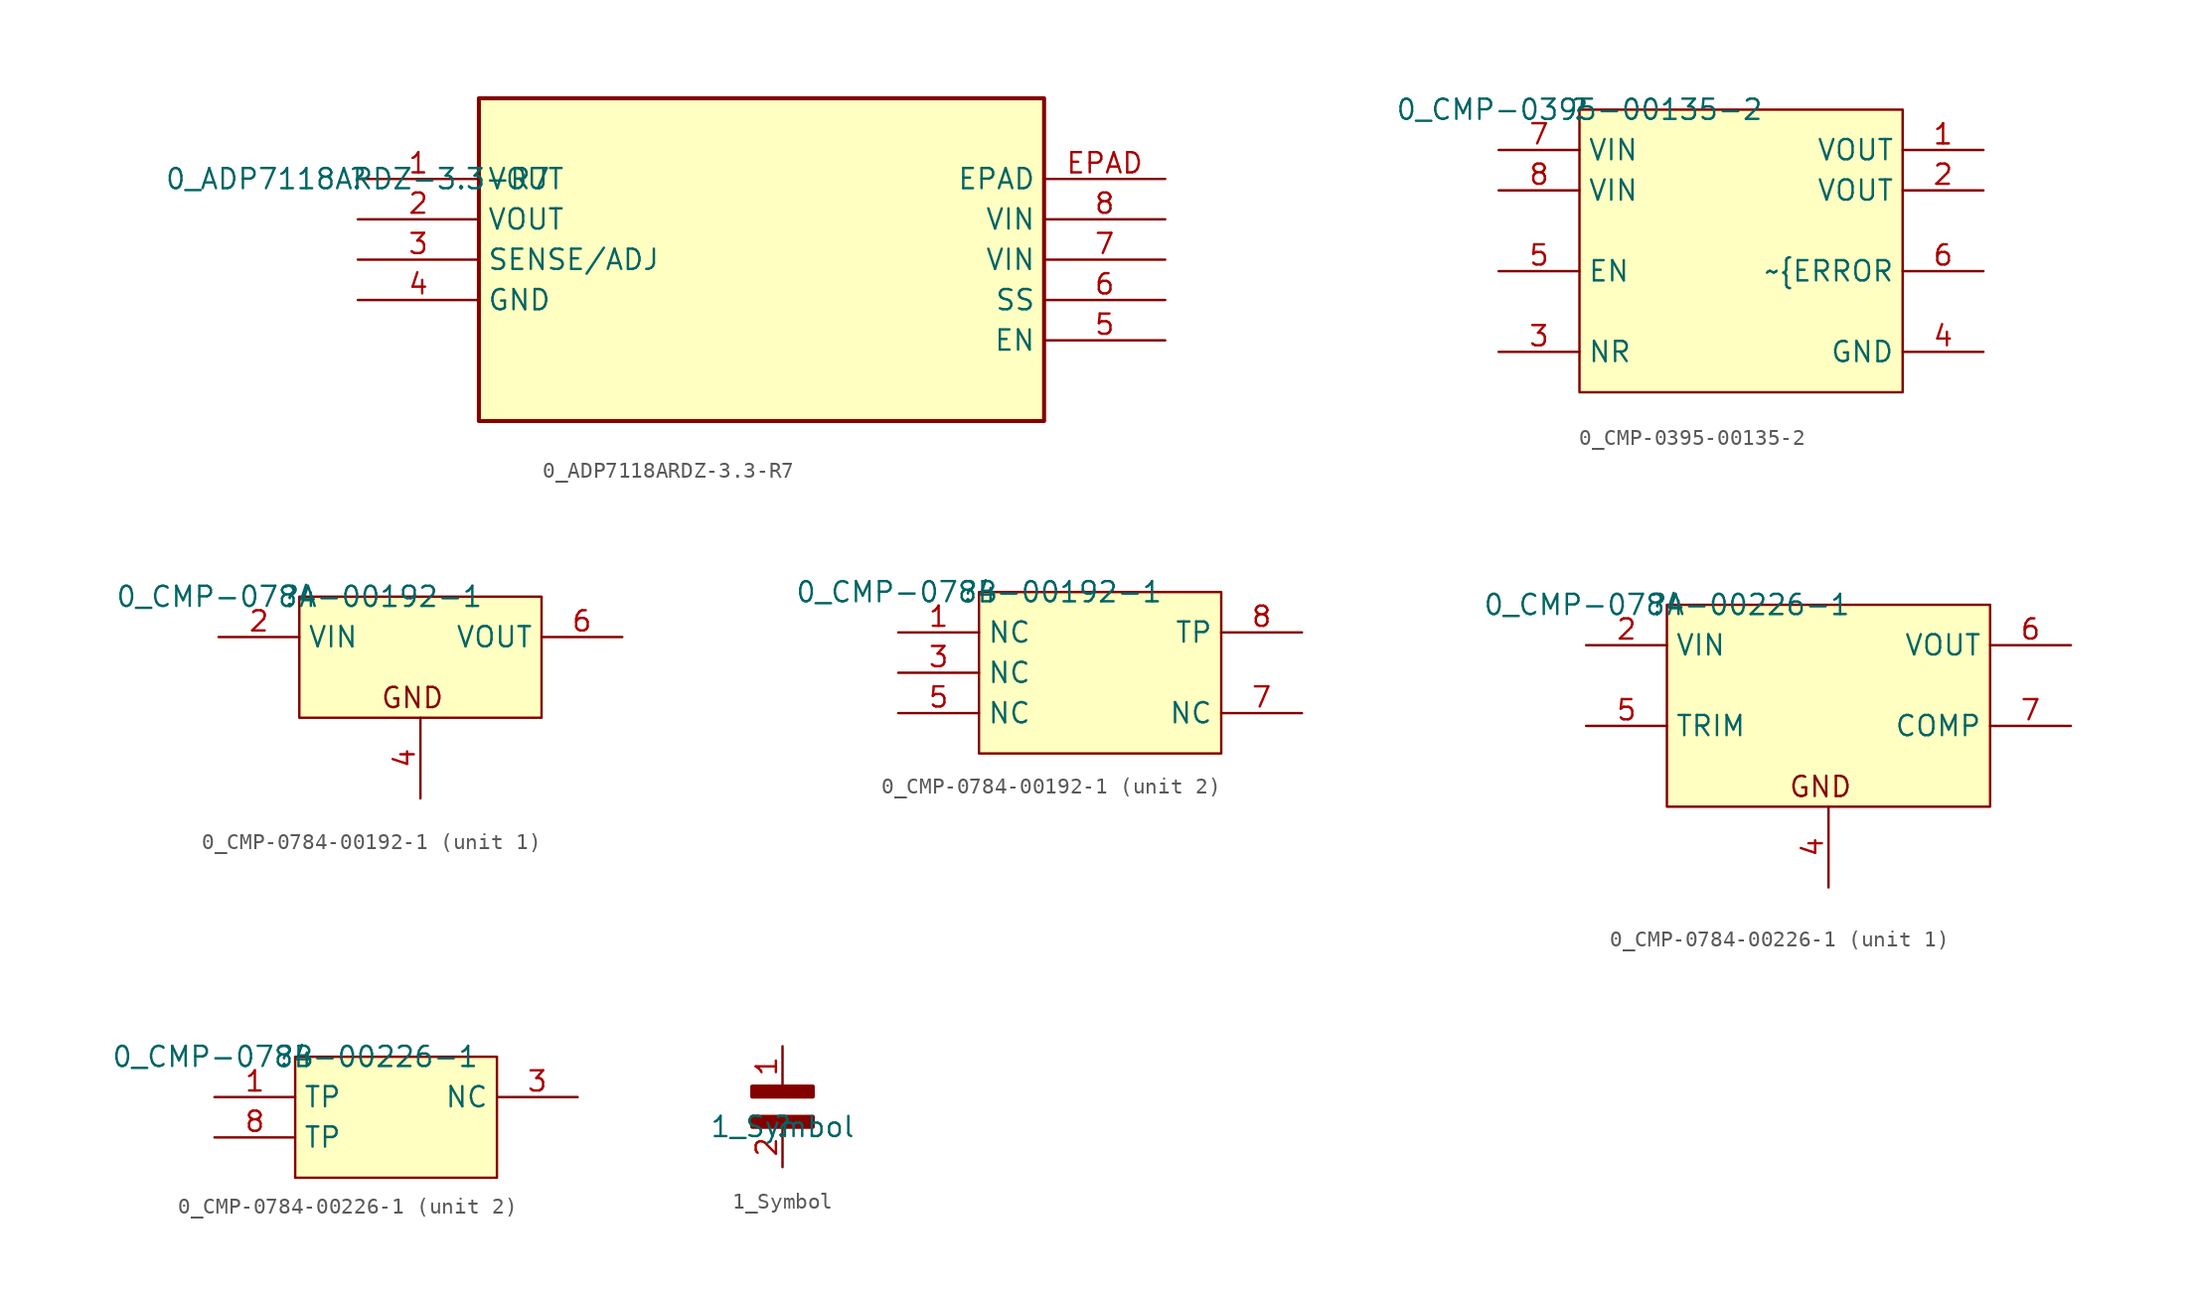
<source format=kicad_sym>
(kicad_symbol_lib
  (version 20211014)
  (generator kicad_symbol_editor)
  (symbol "0_ADP7118ARDZ-3.3-R7"
    (property "Reference" ""
      (at 0 0 0)
      (effects (font (size 1.27 1.27))))
    (property "Value" "0_ADP7118ARDZ-3.3-R7"
      (at 0 0 0)
      (effects (font (size 1.27 1.27))))
    (symbol "0_ADP7118ARDZ-3.3-R7_1_0"
      (rectangle (start 43.18 5.08) (end 7.62 -15.24) (stroke (width 0.254) (type default) (color 0 0 0 0)) (fill (type background)))
      (pin power_in line (at 0 0 0) (length 7.62) (name "VOUT" (effects (font (size 1.27 1.27)))) (number "1" (effects (font (size 1.27 1.27)))))
      (pin power_in line (at 0 -2.54 0) (length 7.62) (name "VOUT" (effects (font (size 1.27 1.27)))) (number "2" (effects (font (size 1.27 1.27)))))
      (pin passive line (at 0 -5.08 0) (length 7.62) (name "SENSE/ADJ" (effects (font (size 1.27 1.27)))) (number "3" (effects (font (size 1.27 1.27)))))
      (pin passive line (at 0 -7.62 0) (length 7.62) (name "GND" (effects (font (size 1.27 1.27)))) (number "4" (effects (font (size 1.27 1.27)))))
      (pin passive line (at 50.8 -10.16 180) (length 7.62) (name "EN" (effects (font (size 1.27 1.27)))) (number "5" (effects (font (size 1.27 1.27)))))
      (pin passive line (at 50.8 -7.62 180) (length 7.62) (name "SS" (effects (font (size 1.27 1.27)))) (number "6" (effects (font (size 1.27 1.27)))))
      (pin passive line (at 50.8 -5.08 180) (length 7.62) (name "VIN" (effects (font (size 1.27 1.27)))) (number "7" (effects (font (size 1.27 1.27)))))
      (pin passive line (at 50.8 -2.54 180) (length 7.62) (name "VIN" (effects (font (size 1.27 1.27)))) (number "8" (effects (font (size 1.27 1.27)))))
      (pin passive line (at 50.8 0 180) (length 7.62) (name "EPAD" (effects (font (size 1.27 1.27)))) (number "EPAD" (effects (font (size 1.27 1.27)))))))
  (symbol "0_CMP-0395-00135-2"
    (property "Reference" ""
      (at 0 0 0)
      (effects (font (size 1.27 1.27))))
    (property "Value" "0_CMP-0395-00135-2"
      (at 0 0 0)
      (effects (font (size 1.27 1.27))))
    (symbol "0_CMP-0395-00135-2_1_0"
      (rectangle (start 20.32 0) (end 0 -17.78) (stroke (width 0) (type default) (color 0 0 0 0)) (fill (type background)))
      (pin power_in line (at 25.4 -2.54 180) (length 5.08) (name "VOUT" (effects (font (size 1.27 1.27)))) (number "1" (effects (font (size 1.27 1.27)))))
      (pin power_in line (at 25.4 -5.08 180) (length 5.08) (name "VOUT" (effects (font (size 1.27 1.27)))) (number "2" (effects (font (size 1.27 1.27)))))
      (pin passive line (at -5.08 -15.24 0) (length 5.08) (name "NR" (effects (font (size 1.27 1.27)))) (number "3" (effects (font (size 1.27 1.27)))))
      (pin power_in line (at 25.4 -15.24 180) (length 5.08) (name "GND" (effects (font (size 1.27 1.27)))) (number "4" (effects (font (size 1.27 1.27)))))
      (pin input line (at -5.08 -10.16 0) (length 5.08) (name "EN" (effects (font (size 1.27 1.27)))) (number "5" (effects (font (size 1.27 1.27)))))
      (pin output line (at 25.4 -10.16 180) (length 5.08) (name "~{ERROR" (effects (font (size 1.27 1.27)))) (number "6" (effects (font (size 1.27 1.27)))))
      (pin power_in line (at -5.08 -2.54 0) (length 5.08) (name "VIN" (effects (font (size 1.27 1.27)))) (number "7" (effects (font (size 1.27 1.27)))))
      (pin power_in line (at -5.08 -5.08 0) (length 5.08) (name "VIN" (effects (font (size 1.27 1.27)))) (number "8" (effects (font (size 1.27 1.27)))))))
  (symbol "0_CMP-0784-00192-1"
    (property "Reference" ""
      (at 0 0 0)
      (effects (font (size 1.27 1.27))))
    (property "Value" "0_CMP-0784-00192-1"
      (at 0 0 0)
      (effects (font (size 1.27 1.27))))
    (symbol "0_CMP-0784-00192-1_1_0"
      (rectangle (start 15.24 0) (end 0 -7.62) (stroke (width 0) (type default) (color 0 0 0 0)) (fill (type background)))
      (text "GND" (at 5.08 -7.112 0) (effects (font (size 1.27 1.27)) (justify left bottom)))
      (pin power_in line (at -5.08 -2.54 0) (length 5.08) (name "VIN" (effects (font (size 1.27 1.27)))) (number "2" (effects (font (size 1.27 1.27)))))
      (pin power_in line (at 7.62 -12.7 90) (length 5.08) (name "GND" (effects (font (size 0 0)))) (number "4" (effects (font (size 1.27 1.27)))))
      (pin power_in line (at 20.32 -2.54 180) (length 5.08) (name "VOUT" (effects (font (size 1.27 1.27)))) (number "6" (effects (font (size 1.27 1.27))))))
    (symbol "0_CMP-0784-00192-1_2_0"
      (rectangle (start 15.24 0) (end 0 -10.16) (stroke (width 0) (type default) (color 0 0 0 0)) (fill (type background)))
      (pin passive line (at -5.08 -2.54 0) (length 5.08) (name "NC" (effects (font (size 1.27 1.27)))) (number "1" (effects (font (size 1.27 1.27)))))
      (pin passive line (at -5.08 -5.08 0) (length 5.08) (name "NC" (effects (font (size 1.27 1.27)))) (number "3" (effects (font (size 1.27 1.27)))))
      (pin passive line (at -5.08 -7.62 0) (length 5.08) (name "NC" (effects (font (size 1.27 1.27)))) (number "5" (effects (font (size 1.27 1.27)))))
      (pin passive line (at 20.32 -7.62 180) (length 5.08) (name "NC" (effects (font (size 1.27 1.27)))) (number "7" (effects (font (size 1.27 1.27)))))
      (pin passive line (at 20.32 -2.54 180) (length 5.08) (name "TP" (effects (font (size 1.27 1.27)))) (number "8" (effects (font (size 1.27 1.27)))))))
  (symbol "0_CMP-0784-00226-1"
    (property "Reference" ""
      (at 0 0 0)
      (effects (font (size 1.27 1.27))))
    (property "Value" "0_CMP-0784-00226-1"
      (at 0 0 0)
      (effects (font (size 1.27 1.27))))
    (symbol "0_CMP-0784-00226-1_1_0"
      (rectangle (start 20.32 0) (end 0 -12.7) (stroke (width 0) (type default) (color 0 0 0 0)) (fill (type background)))
      (text "GND" (at 7.62 -12.192 0) (effects (font (size 1.27 1.27)) (justify left bottom)))
      (pin power_in line (at -5.08 -2.54 0) (length 5.08) (name "VIN" (effects (font (size 1.27 1.27)))) (number "2" (effects (font (size 1.27 1.27)))))
      (pin power_in line (at 10.16 -17.78 90) (length 5.08) (name "GND" (effects (font (size 0 0)))) (number "4" (effects (font (size 1.27 1.27)))))
      (pin input line (at -5.08 -7.62 0) (length 5.08) (name "TRIM" (effects (font (size 1.27 1.27)))) (number "5" (effects (font (size 1.27 1.27)))))
      (pin power_in line (at 25.4 -2.54 180) (length 5.08) (name "VOUT" (effects (font (size 1.27 1.27)))) (number "6" (effects (font (size 1.27 1.27)))))
      (pin passive line (at 25.4 -7.62 180) (length 5.08) (name "COMP" (effects (font (size 1.27 1.27)))) (number "7" (effects (font (size 1.27 1.27))))))
    (symbol "0_CMP-0784-00226-1_2_0"
      (rectangle (start 12.7 0) (end 0 -7.62) (stroke (width 0) (type default) (color 0 0 0 0)) (fill (type background)))
      (pin passive line (at -5.08 -2.54 0) (length 5.08) (name "TP" (effects (font (size 1.27 1.27)))) (number "1" (effects (font (size 1.27 1.27)))))
      (pin passive line (at 17.78 -2.54 180) (length 5.08) (name "NC" (effects (font (size 1.27 1.27)))) (number "3" (effects (font (size 1.27 1.27)))))
      (pin passive line (at -5.08 -5.08 0) (length 5.08) (name "TP" (effects (font (size 1.27 1.27)))) (number "8" (effects (font (size 1.27 1.27)))))))
  (symbol "1_Symbol"
    (property "Reference" ""
      (at 0 0 0)
      (effects (font (size 1.27 1.27))))
    (property "Value" "1_Symbol"
      (at 0 0 0)
      (effects (font (size 1.27 1.27))))
    (symbol "1_Symbol_1_0"
      (rectangle (start 1.905 0.635) (end -1.905 0) (stroke (width 0.254) (type default) (color 0 0 0 0)) (fill (type outline)))
      (rectangle (start 1.905 2.54) (end -1.905 1.905) (stroke (width 0.254) (type default) (color 0 0 0 0)) (fill (type outline)))
      (pin passive line (at 0 5.08 270) (length 2.54) (name "1" (effects (font (size 0 0)))) (number "1" (effects (font (size 1.27 1.27)))))
      (pin passive line (at 0 -2.54 90) (length 2.54) (name "2" (effects (font (size 0 0)))) (number "2" (effects (font (size 1.27 1.27))))))))
</source>
